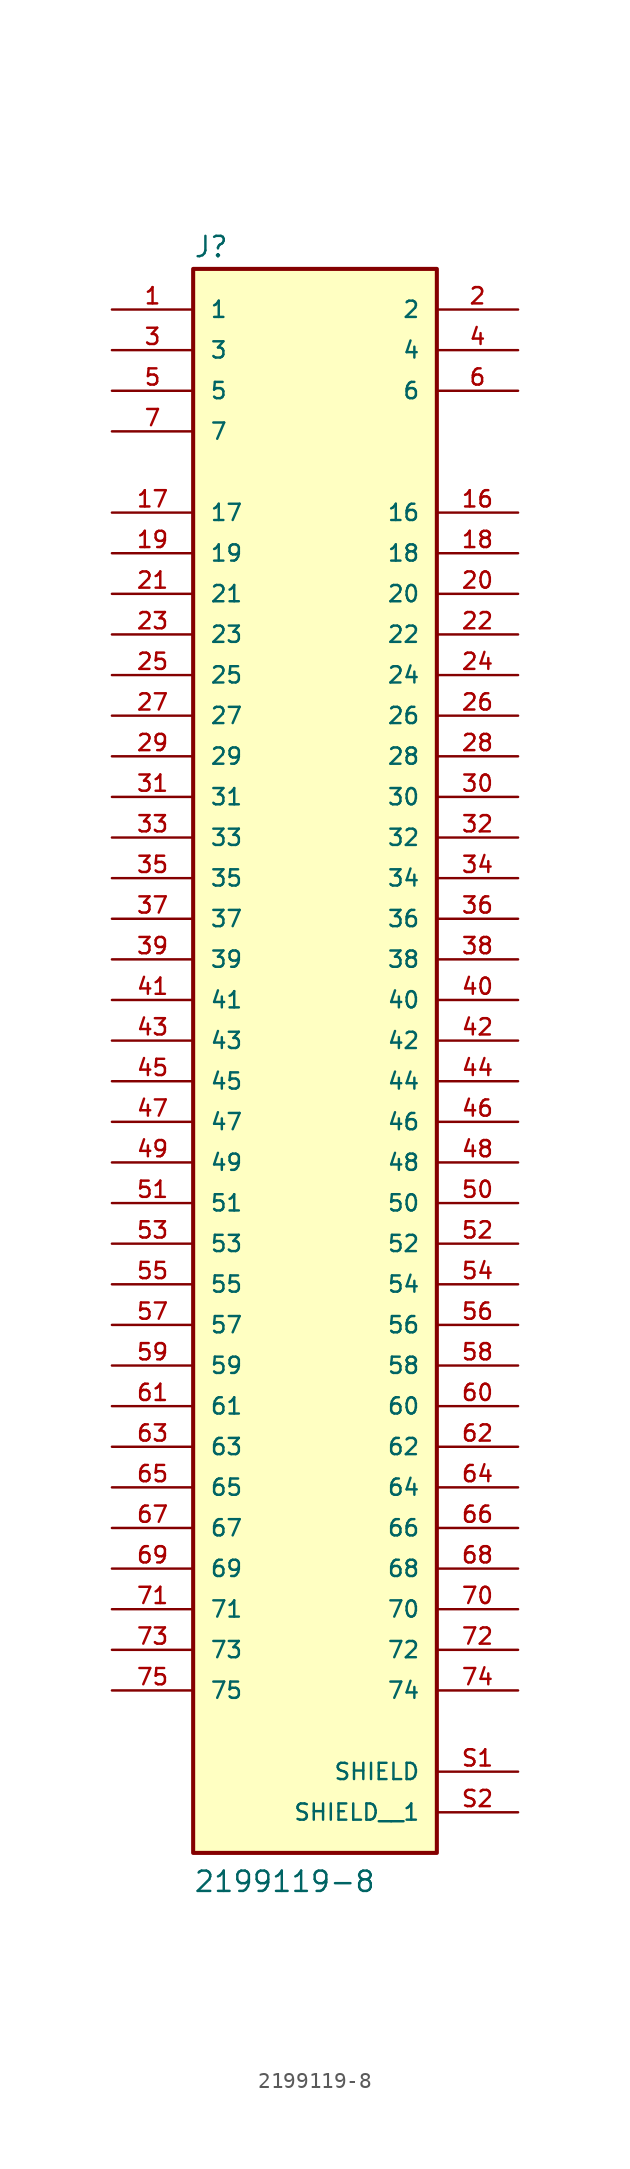
<source format=kicad_sym>
(kicad_symbol_lib
  (version 20231120)
  (generator "kicad_symbol_editor")
  (generator_version "8.0")
  (symbol "2199119-8"
    (pin_names
      (offset 1.016))
    (property "Reference" "J"
      (at -7.62 48.895 0)
      (effects (font (size 1.27 1.27)) (justify left bottom)))
    (property "Value" "2199119-8"
      (at -7.62 -53.34 0)
      (effects (font (size 1.27 1.27)) (justify left bottom)))
    (symbol "2199119-8_0_0"
      (rectangle (start -7.62 -50.8) (end 7.62 48.26) (stroke (width 0.254) (type default)) (fill (type background)))
      (pin passive line (at -12.7 45.72 0) (length 5.08) (name "1" (effects (font (size 1.016 1.016)))) (number "1" (effects (font (size 1.016 1.016)))))
      (pin passive line (at 12.7 33.02 180) (length 5.08) (name "16" (effects (font (size 1.016 1.016)))) (number "16" (effects (font (size 1.016 1.016)))))
      (pin passive line (at -12.7 33.02 0) (length 5.08) (name "17" (effects (font (size 1.016 1.016)))) (number "17" (effects (font (size 1.016 1.016)))))
      (pin passive line (at 12.7 30.48 180) (length 5.08) (name "18" (effects (font (size 1.016 1.016)))) (number "18" (effects (font (size 1.016 1.016)))))
      (pin passive line (at -12.7 30.48 0) (length 5.08) (name "19" (effects (font (size 1.016 1.016)))) (number "19" (effects (font (size 1.016 1.016)))))
      (pin passive line (at 12.7 45.72 180) (length 5.08) (name "2" (effects (font (size 1.016 1.016)))) (number "2" (effects (font (size 1.016 1.016)))))
      (pin passive line (at 12.7 27.94 180) (length 5.08) (name "20" (effects (font (size 1.016 1.016)))) (number "20" (effects (font (size 1.016 1.016)))))
      (pin passive line (at -12.7 27.94 0) (length 5.08) (name "21" (effects (font (size 1.016 1.016)))) (number "21" (effects (font (size 1.016 1.016)))))
      (pin passive line (at 12.7 25.4 180) (length 5.08) (name "22" (effects (font (size 1.016 1.016)))) (number "22" (effects (font (size 1.016 1.016)))))
      (pin passive line (at -12.7 25.4 0) (length 5.08) (name "23" (effects (font (size 1.016 1.016)))) (number "23" (effects (font (size 1.016 1.016)))))
      (pin passive line (at 12.7 22.86 180) (length 5.08) (name "24" (effects (font (size 1.016 1.016)))) (number "24" (effects (font (size 1.016 1.016)))))
      (pin passive line (at -12.7 22.86 0) (length 5.08) (name "25" (effects (font (size 1.016 1.016)))) (number "25" (effects (font (size 1.016 1.016)))))
      (pin passive line (at 12.7 20.32 180) (length 5.08) (name "26" (effects (font (size 1.016 1.016)))) (number "26" (effects (font (size 1.016 1.016)))))
      (pin passive line (at -12.7 20.32 0) (length 5.08) (name "27" (effects (font (size 1.016 1.016)))) (number "27" (effects (font (size 1.016 1.016)))))
      (pin passive line (at 12.7 17.78 180) (length 5.08) (name "28" (effects (font (size 1.016 1.016)))) (number "28" (effects (font (size 1.016 1.016)))))
      (pin passive line (at -12.7 17.78 0) (length 5.08) (name "29" (effects (font (size 1.016 1.016)))) (number "29" (effects (font (size 1.016 1.016)))))
      (pin passive line (at -12.7 43.18 0) (length 5.08) (name "3" (effects (font (size 1.016 1.016)))) (number "3" (effects (font (size 1.016 1.016)))))
      (pin passive line (at 12.7 15.24 180) (length 5.08) (name "30" (effects (font (size 1.016 1.016)))) (number "30" (effects (font (size 1.016 1.016)))))
      (pin passive line (at -12.7 15.24 0) (length 5.08) (name "31" (effects (font (size 1.016 1.016)))) (number "31" (effects (font (size 1.016 1.016)))))
      (pin passive line (at 12.7 12.7 180) (length 5.08) (name "32" (effects (font (size 1.016 1.016)))) (number "32" (effects (font (size 1.016 1.016)))))
      (pin passive line (at -12.7 12.7 0) (length 5.08) (name "33" (effects (font (size 1.016 1.016)))) (number "33" (effects (font (size 1.016 1.016)))))
      (pin passive line (at 12.7 10.16 180) (length 5.08) (name "34" (effects (font (size 1.016 1.016)))) (number "34" (effects (font (size 1.016 1.016)))))
      (pin passive line (at -12.7 10.16 0) (length 5.08) (name "35" (effects (font (size 1.016 1.016)))) (number "35" (effects (font (size 1.016 1.016)))))
      (pin passive line (at 12.7 7.62 180) (length 5.08) (name "36" (effects (font (size 1.016 1.016)))) (number "36" (effects (font (size 1.016 1.016)))))
      (pin passive line (at -12.7 7.62 0) (length 5.08) (name "37" (effects (font (size 1.016 1.016)))) (number "37" (effects (font (size 1.016 1.016)))))
      (pin passive line (at 12.7 5.08 180) (length 5.08) (name "38" (effects (font (size 1.016 1.016)))) (number "38" (effects (font (size 1.016 1.016)))))
      (pin passive line (at -12.7 5.08 0) (length 5.08) (name "39" (effects (font (size 1.016 1.016)))) (number "39" (effects (font (size 1.016 1.016)))))
      (pin passive line (at 12.7 43.18 180) (length 5.08) (name "4" (effects (font (size 1.016 1.016)))) (number "4" (effects (font (size 1.016 1.016)))))
      (pin passive line (at 12.7 2.54 180) (length 5.08) (name "40" (effects (font (size 1.016 1.016)))) (number "40" (effects (font (size 1.016 1.016)))))
      (pin passive line (at -12.7 2.54 0) (length 5.08) (name "41" (effects (font (size 1.016 1.016)))) (number "41" (effects (font (size 1.016 1.016)))))
      (pin passive line (at 12.7 0 180) (length 5.08) (name "42" (effects (font (size 1.016 1.016)))) (number "42" (effects (font (size 1.016 1.016)))))
      (pin passive line (at -12.7 0 0) (length 5.08) (name "43" (effects (font (size 1.016 1.016)))) (number "43" (effects (font (size 1.016 1.016)))))
      (pin passive line (at 12.7 -2.54 180) (length 5.08) (name "44" (effects (font (size 1.016 1.016)))) (number "44" (effects (font (size 1.016 1.016)))))
      (pin passive line (at -12.7 -2.54 0) (length 5.08) (name "45" (effects (font (size 1.016 1.016)))) (number "45" (effects (font (size 1.016 1.016)))))
      (pin passive line (at 12.7 -5.08 180) (length 5.08) (name "46" (effects (font (size 1.016 1.016)))) (number "46" (effects (font (size 1.016 1.016)))))
      (pin passive line (at -12.7 -5.08 0) (length 5.08) (name "47" (effects (font (size 1.016 1.016)))) (number "47" (effects (font (size 1.016 1.016)))))
      (pin passive line (at 12.7 -7.62 180) (length 5.08) (name "48" (effects (font (size 1.016 1.016)))) (number "48" (effects (font (size 1.016 1.016)))))
      (pin passive line (at -12.7 -7.62 0) (length 5.08) (name "49" (effects (font (size 1.016 1.016)))) (number "49" (effects (font (size 1.016 1.016)))))
      (pin passive line (at -12.7 40.64 0) (length 5.08) (name "5" (effects (font (size 1.016 1.016)))) (number "5" (effects (font (size 1.016 1.016)))))
      (pin passive line (at 12.7 -10.16 180) (length 5.08) (name "50" (effects (font (size 1.016 1.016)))) (number "50" (effects (font (size 1.016 1.016)))))
      (pin passive line (at -12.7 -10.16 0) (length 5.08) (name "51" (effects (font (size 1.016 1.016)))) (number "51" (effects (font (size 1.016 1.016)))))
      (pin passive line (at 12.7 -12.7 180) (length 5.08) (name "52" (effects (font (size 1.016 1.016)))) (number "52" (effects (font (size 1.016 1.016)))))
      (pin passive line (at -12.7 -12.7 0) (length 5.08) (name "53" (effects (font (size 1.016 1.016)))) (number "53" (effects (font (size 1.016 1.016)))))
      (pin passive line (at 12.7 -15.24 180) (length 5.08) (name "54" (effects (font (size 1.016 1.016)))) (number "54" (effects (font (size 1.016 1.016)))))
      (pin passive line (at -12.7 -15.24 0) (length 5.08) (name "55" (effects (font (size 1.016 1.016)))) (number "55" (effects (font (size 1.016 1.016)))))
      (pin passive line (at 12.7 -17.78 180) (length 5.08) (name "56" (effects (font (size 1.016 1.016)))) (number "56" (effects (font (size 1.016 1.016)))))
      (pin passive line (at -12.7 -17.78 0) (length 5.08) (name "57" (effects (font (size 1.016 1.016)))) (number "57" (effects (font (size 1.016 1.016)))))
      (pin passive line (at 12.7 -20.32 180) (length 5.08) (name "58" (effects (font (size 1.016 1.016)))) (number "58" (effects (font (size 1.016 1.016)))))
      (pin passive line (at -12.7 -20.32 0) (length 5.08) (name "59" (effects (font (size 1.016 1.016)))) (number "59" (effects (font (size 1.016 1.016)))))
      (pin passive line (at 12.7 40.64 180) (length 5.08) (name "6" (effects (font (size 1.016 1.016)))) (number "6" (effects (font (size 1.016 1.016)))))
      (pin passive line (at 12.7 -22.86 180) (length 5.08) (name "60" (effects (font (size 1.016 1.016)))) (number "60" (effects (font (size 1.016 1.016)))))
      (pin passive line (at -12.7 -22.86 0) (length 5.08) (name "61" (effects (font (size 1.016 1.016)))) (number "61" (effects (font (size 1.016 1.016)))))
      (pin passive line (at 12.7 -25.4 180) (length 5.08) (name "62" (effects (font (size 1.016 1.016)))) (number "62" (effects (font (size 1.016 1.016)))))
      (pin passive line (at -12.7 -25.4 0) (length 5.08) (name "63" (effects (font (size 1.016 1.016)))) (number "63" (effects (font (size 1.016 1.016)))))
      (pin passive line (at 12.7 -27.94 180) (length 5.08) (name "64" (effects (font (size 1.016 1.016)))) (number "64" (effects (font (size 1.016 1.016)))))
      (pin passive line (at -12.7 -27.94 0) (length 5.08) (name "65" (effects (font (size 1.016 1.016)))) (number "65" (effects (font (size 1.016 1.016)))))
      (pin passive line (at 12.7 -30.48 180) (length 5.08) (name "66" (effects (font (size 1.016 1.016)))) (number "66" (effects (font (size 1.016 1.016)))))
      (pin passive line (at -12.7 -30.48 0) (length 5.08) (name "67" (effects (font (size 1.016 1.016)))) (number "67" (effects (font (size 1.016 1.016)))))
      (pin passive line (at 12.7 -33.02 180) (length 5.08) (name "68" (effects (font (size 1.016 1.016)))) (number "68" (effects (font (size 1.016 1.016)))))
      (pin passive line (at -12.7 -33.02 0) (length 5.08) (name "69" (effects (font (size 1.016 1.016)))) (number "69" (effects (font (size 1.016 1.016)))))
      (pin passive line (at -12.7 38.1 0) (length 5.08) (name "7" (effects (font (size 1.016 1.016)))) (number "7" (effects (font (size 1.016 1.016)))))
      (pin passive line (at 12.7 -35.56 180) (length 5.08) (name "70" (effects (font (size 1.016 1.016)))) (number "70" (effects (font (size 1.016 1.016)))))
      (pin passive line (at -12.7 -35.56 0) (length 5.08) (name "71" (effects (font (size 1.016 1.016)))) (number "71" (effects (font (size 1.016 1.016)))))
      (pin passive line (at 12.7 -38.1 180) (length 5.08) (name "72" (effects (font (size 1.016 1.016)))) (number "72" (effects (font (size 1.016 1.016)))))
      (pin passive line (at -12.7 -38.1 0) (length 5.08) (name "73" (effects (font (size 1.016 1.016)))) (number "73" (effects (font (size 1.016 1.016)))))
      (pin passive line (at 12.7 -40.64 180) (length 5.08) (name "74" (effects (font (size 1.016 1.016)))) (number "74" (effects (font (size 1.016 1.016)))))
      (pin passive line (at -12.7 -40.64 0) (length 5.08) (name "75" (effects (font (size 1.016 1.016)))) (number "75" (effects (font (size 1.016 1.016)))))
      (pin passive line (at 12.7 -45.72 180) (length 5.08) (name "SHIELD" (effects (font (size 1.016 1.016)))) (number "S1" (effects (font (size 1.016 1.016)))))
      (pin passive line (at 12.7 -48.26 180) (length 5.08) (name "SHIELD__1" (effects (font (size 1.016 1.016)))) (number "S2" (effects (font (size 1.016 1.016))))))))
</source>
